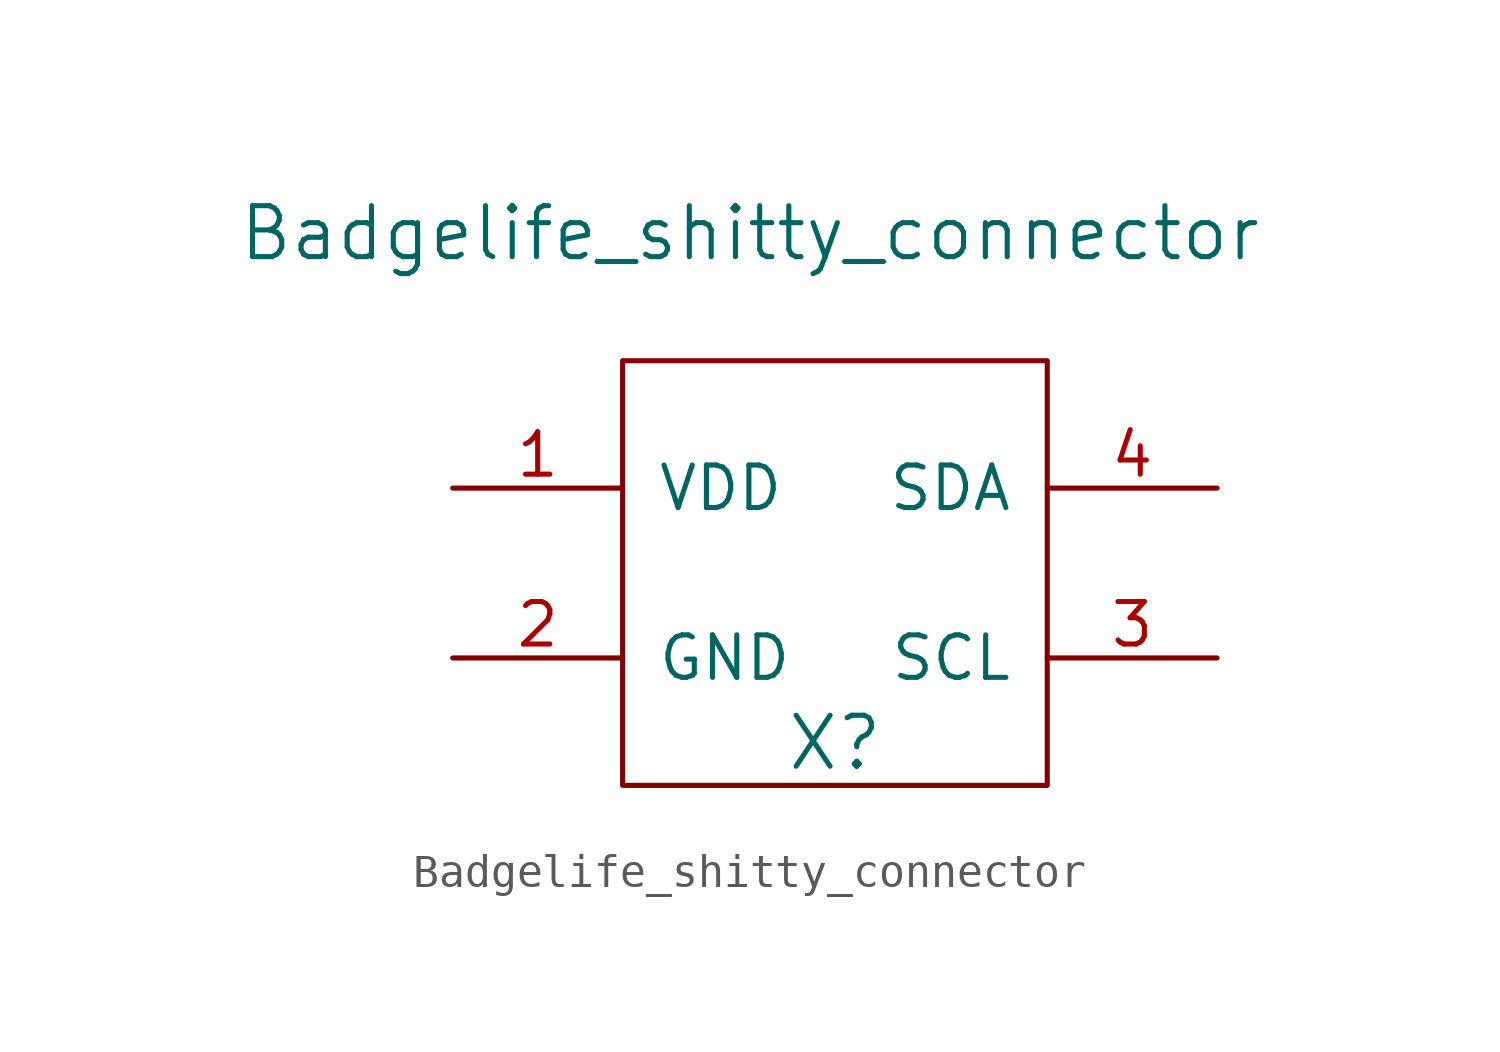
<source format=kicad_sym>
(kicad_symbol_lib
  (version 20211014)
  (generator kicad_symbol_editor)
  (symbol "Badgelife_shitty_connector"
    (pin_names
      (offset 1.016))
    (property "Reference" "X"
      (at 2.54 -5.08 0)
      (effects (font (size 1.524 1.524))))
    (property "Value" "Badgelife_shitty_connector"
      (at 0 10.16 0)
      (effects (font (size 1.524 1.524))))
    (symbol "Badgelife_shitty_connector_0_1"
      (rectangle (start -3.81 6.35) (end 8.89 -6.35) (stroke (width 0) (type default) (color 0 0 0 0)) (fill (type none))))
    (symbol "Badgelife_shitty_connector_1_1"
      (pin input line (at -8.89 2.54 0) (length 5.08) (name "VDD" (effects (font (size 1.27 1.27)))) (number "1" (effects (font (size 1.27 1.27)))))
      (pin input line (at -8.89 -2.54 0) (length 5.08) (name "GND" (effects (font (size 1.27 1.27)))) (number "2" (effects (font (size 1.27 1.27)))))
      (pin input line (at 13.97 -2.54 180) (length 5.08) (name "SCL" (effects (font (size 1.27 1.27)))) (number "3" (effects (font (size 1.27 1.27)))))
      (pin input line (at 13.97 2.54 180) (length 5.08) (name "SDA" (effects (font (size 1.27 1.27)))) (number "4" (effects (font (size 1.27 1.27))))))))
</source>
